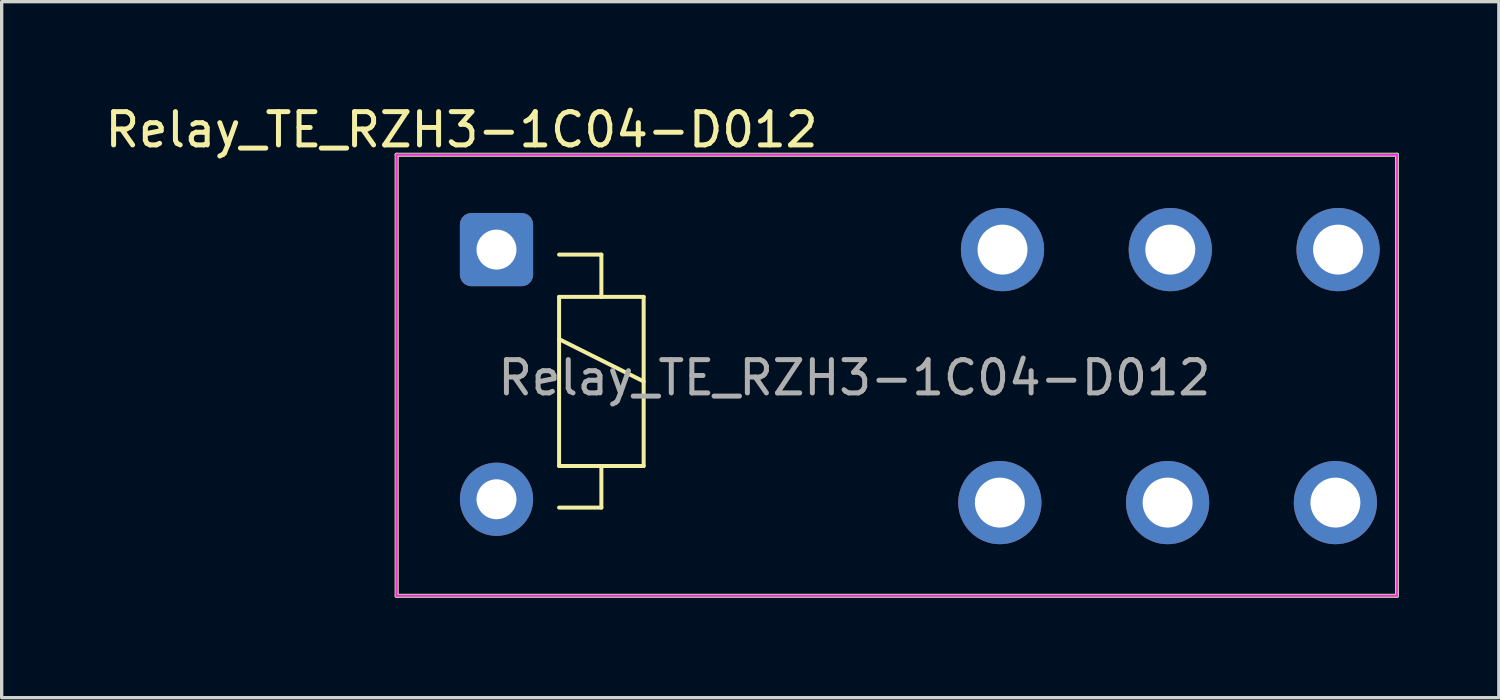
<source format=kicad_pcb>
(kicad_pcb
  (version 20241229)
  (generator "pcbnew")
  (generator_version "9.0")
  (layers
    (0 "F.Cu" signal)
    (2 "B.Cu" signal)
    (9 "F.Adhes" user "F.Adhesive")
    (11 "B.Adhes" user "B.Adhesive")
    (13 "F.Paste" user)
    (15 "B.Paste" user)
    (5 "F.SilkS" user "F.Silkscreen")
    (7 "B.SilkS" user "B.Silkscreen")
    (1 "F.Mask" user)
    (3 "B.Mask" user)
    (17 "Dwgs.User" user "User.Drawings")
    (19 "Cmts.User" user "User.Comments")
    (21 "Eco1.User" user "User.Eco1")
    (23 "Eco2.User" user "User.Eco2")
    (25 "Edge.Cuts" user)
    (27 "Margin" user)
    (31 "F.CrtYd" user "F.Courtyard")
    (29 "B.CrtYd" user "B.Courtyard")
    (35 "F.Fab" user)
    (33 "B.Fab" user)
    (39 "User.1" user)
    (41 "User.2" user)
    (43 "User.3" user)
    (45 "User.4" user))
  (footprint "Relay_TE_RZH3-1C04-D012"
    (layer "F.Cu")
    (at 11.865 4.448)
    (property "Reference" "Relay_TE_RZH3-1C04-D012" (at -1.05 -3.6 0) (layer "F.SilkS") (effects (font (size 1 1) (thickness 0.15))))
    (attr through_hole)
    (fp_line (start -3 -2.85) (end -3 10.4) (stroke (width 0.12) (type solid)) (layer "F.SilkS"))
    (fp_line (start -3 10.4) (end 27.05 10.4) (stroke (width 0.12) (type solid)) (layer "F.SilkS"))
    (fp_line (start 1.88 0.15) (end 3.15 0.15) (stroke (width 0.12) (type solid)) (layer "F.SilkS"))
    (fp_line (start 1.88 1.42) (end 3.15 1.42) (stroke (width 0.12) (type solid)) (layer "F.SilkS"))
    (fp_line (start 1.88 2.69) (end 4.42 3.96) (stroke (width 0.12) (type solid)) (layer "F.SilkS"))
    (fp_line (start 1.88 6.5) (end 1.88 1.42) (stroke (width 0.12) (type solid)) (layer "F.SilkS"))
    (fp_line (start 3.15 0.15) (end 3.15 1.42) (stroke (width 0.12) (type solid)) (layer "F.SilkS"))
    (fp_line (start 3.15 1.42) (end 4.42 1.42) (stroke (width 0.12) (type solid)) (layer "F.SilkS"))
    (fp_line (start 3.15 6.5) (end 3.15 7.75) (stroke (width 0.12) (type solid)) (layer "F.SilkS"))
    (fp_line (start 3.15 7.75) (end 1.88 7.75) (stroke (width 0.12) (type solid)) (layer "F.SilkS"))
    (fp_line (start 4.42 1.42) (end 4.42 6.5) (stroke (width 0.12) (type solid)) (layer "F.SilkS"))
    (fp_line (start 4.42 6.5) (end 1.88 6.5) (stroke (width 0.12) (type solid)) (layer "F.SilkS"))
    (fp_line (start 27.05 -2.85) (end -3 -2.85) (stroke (width 0.12) (type solid)) (layer "F.SilkS"))
    (fp_line (start 27.05 -2.85) (end 27.05 10.4) (stroke (width 0.12) (type solid)) (layer "F.SilkS"))
    (fp_line (start -3 -2.85) (end 27.05 -2.85) (stroke (width 0.05) (type solid)) (layer "F.CrtYd"))
    (fp_line (start -3 10.4) (end -3 -2.85) (stroke (width 0.05) (type solid)) (layer "F.CrtYd"))
    (fp_line (start 27.05 -2.85) (end 27.05 10.4) (stroke (width 0.05) (type solid)) (layer "F.CrtYd"))
    (fp_line (start 27.05 10.4) (end -3 10.4) (stroke (width 0.05) (type solid)) (layer "F.CrtYd"))
    (fp_line (start -3 -2.85) (end 27.05 -2.85) (stroke (width 0.1) (type solid)) (layer "F.Fab"))
    (fp_line (start -3 10.4) (end -3 -2.85) (stroke (width 0.1) (type solid)) (layer "F.Fab"))
    (fp_line (start 27.05 -2.85) (end 27.05 10.4) (stroke (width 0.1) (type solid)) (layer "F.Fab"))
    (fp_line (start 27.05 10.4) (end -3 10.4) (stroke (width 0.1) (type solid)) (layer "F.Fab"))
    (fp_text user "${REFERENCE}" (at 10.75 3.85 0) (layer "F.Fab") (effects (font (size 1 1) (thickness 0.15))))
    (pad "11" thru_hole circle (at 20.16 7.6) (size 2.5 2.5) (drill 1.5) (layers "*.Cu" "*.Mask"))
    (pad "11" thru_hole circle (at 20.24 0) (size 2.5 2.5) (drill 1.5) (layers "*.Cu" "*.Mask"))
    (pad "12" thru_hole circle (at 15.12 7.6) (size 2.5 2.5) (drill 1.5) (layers "*.Cu" "*.Mask"))
    (pad "12" thru_hole circle (at 15.2 0) (size 2.5 2.5) (drill 1.5) (layers "*.Cu" "*.Mask"))
    (pad "14" thru_hole circle (at 25.2 7.6) (size 2.5 2.5) (drill 1.5) (layers "*.Cu" "*.Mask"))
    (pad "14" thru_hole circle (at 25.28 0) (size 2.5 2.5) (drill 1.5) (layers "*.Cu" "*.Mask"))
    (pad "A1" thru_hole roundrect (at 0 0) (size 2.2 2.2) (drill 1.2) (layers "*.Cu" "*.Mask") (roundrect_rratio 0.155))
    (pad "A2" thru_hole circle (at 0 7.5) (size 2.2 2.2) (drill 1.2) (layers "*.Cu" "*.Mask")))
  (gr_rect
    (start -3 -3)
    (end 41.975 17.908)
    (stroke (width 0.1) (type default))
    (fill no)
    (layer "Edge.Cuts")))
</source>
